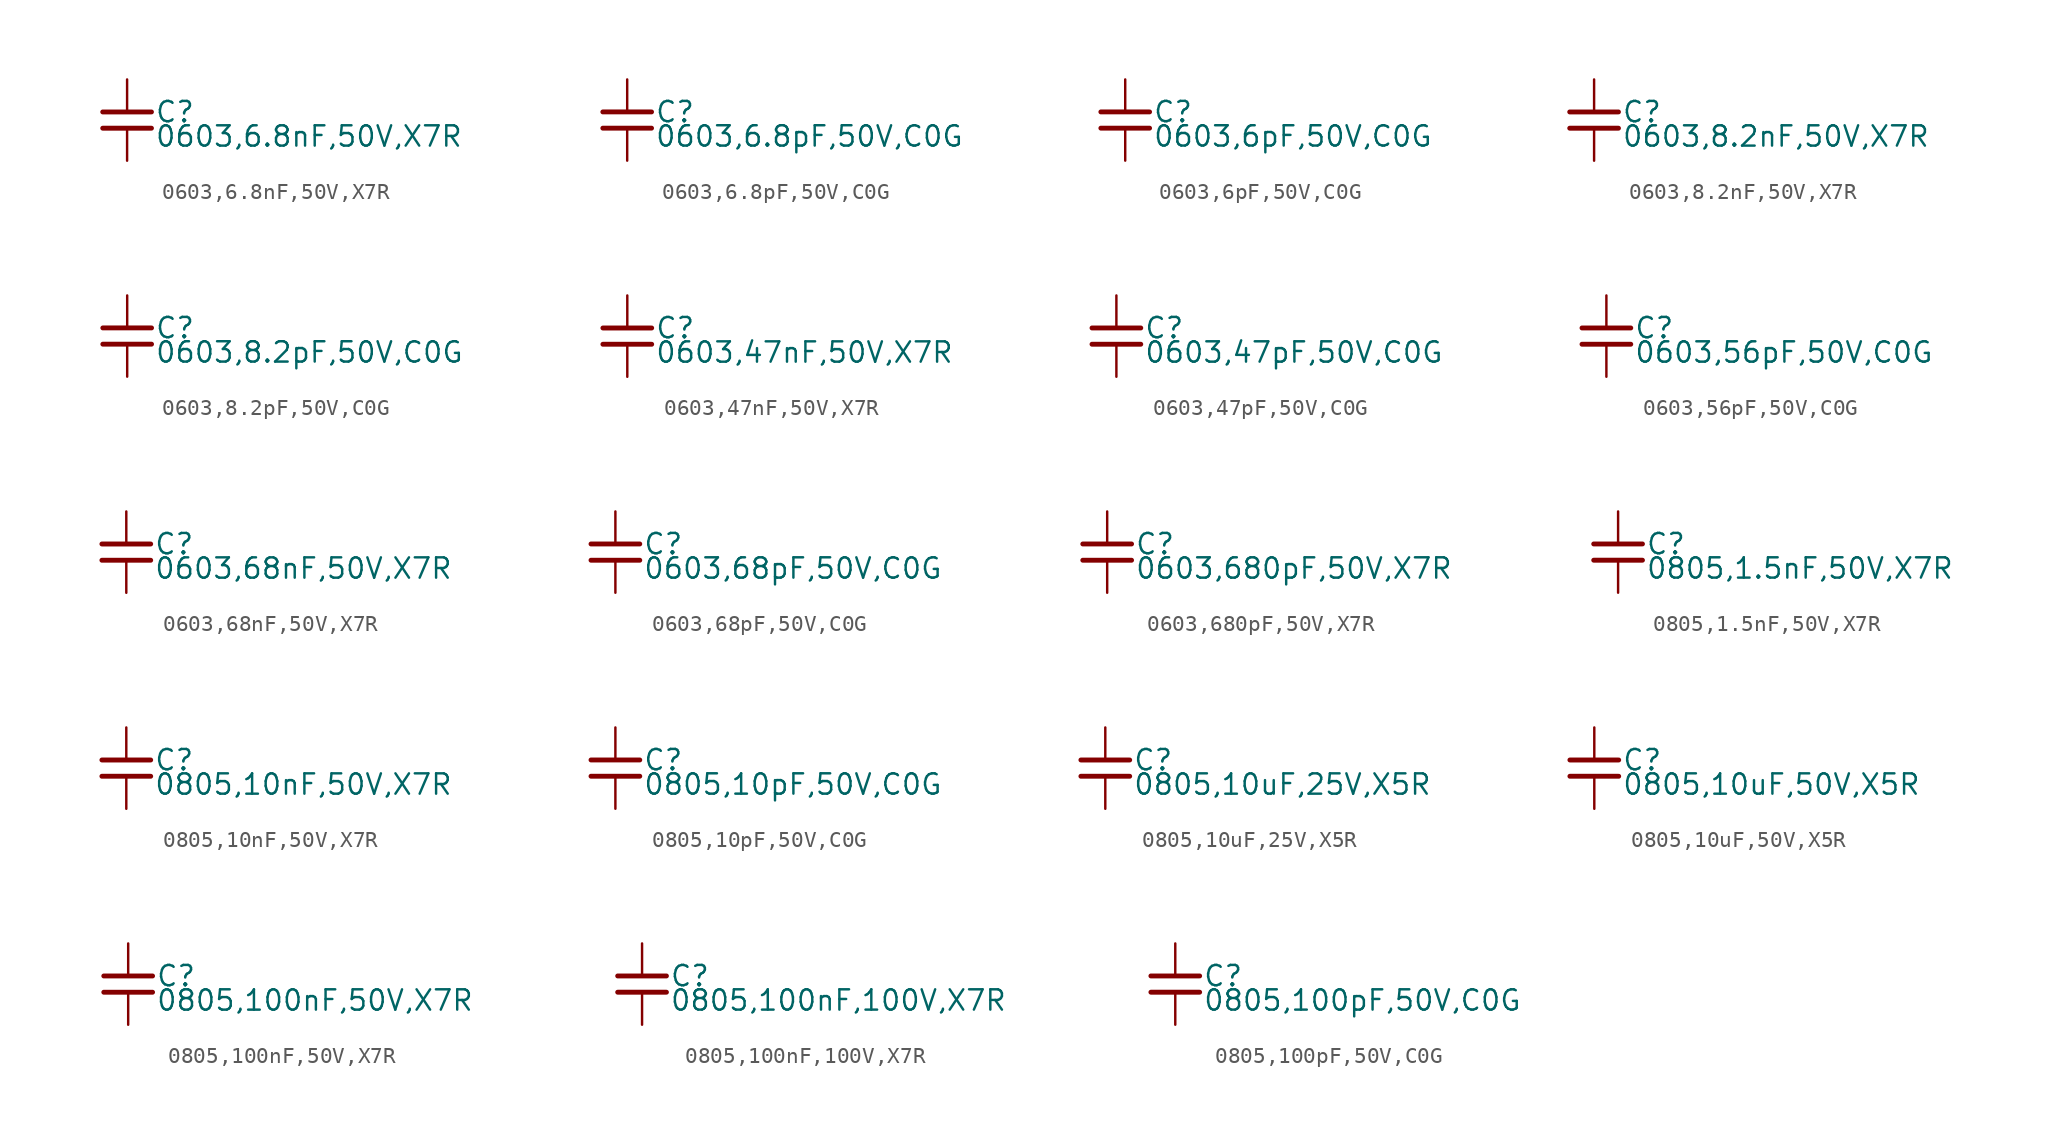
<source format=kicad_sym>
(kicad_symbol_lib
  (version 20231120)
  (generator "kicad_symbol_editor")
  (generator_version "8.0")
  (symbol "0603,6.8nF,50V,X7R "
    (property "Reference" "C"
      (at 1.71 0.508 0)
      (effects (font (size 1.27 1.27)) (justify left)))
    (property "Value" "0603,6.8nF,50V,X7R "
      (at 1.71 -1.016 0)
      (effects (font (size 1.27 1.27)) (justify left)))
    (property "ki_locked" ""
      (at 0 0 0)
      (effects (font (size 1.27 1.27))))
    (symbol "0603,6.8nF,50V,X7R _0_0"
      (polyline (pts (xy -1.524 -0.508) (xy 1.524 -0.508)) (stroke (width 0.305) (type default)) (fill (type none)))
      (polyline (pts (xy -1.524 0.508) (xy 1.524 0.508)) (stroke (width 0.305) (type default)) (fill (type none)))
      (pin passive line (at 0 2.54 270) (length 2.032) (name "~" (effects (font (size 0 0)))) (number "1" (effects (font (size 0 0)))))
      (pin passive line (at 0 -2.54 90) (length 2.032) (name "~" (effects (font (size 0 0)))) (number "2" (effects (font (size 0 0)))))))
  (symbol "0603,6.8pF,50V,C0G "
    (property "Reference" "C"
      (at 1.71 0.508 0)
      (effects (font (size 1.27 1.27)) (justify left)))
    (property "Value" "0603,6.8pF,50V,C0G "
      (at 1.71 -1.016 0)
      (effects (font (size 1.27 1.27)) (justify left)))
    (property "ki_locked" ""
      (at 0 0 0)
      (effects (font (size 1.27 1.27))))
    (symbol "0603,6.8pF,50V,C0G _0_0"
      (polyline (pts (xy -1.524 -0.508) (xy 1.524 -0.508)) (stroke (width 0.305) (type default)) (fill (type none)))
      (polyline (pts (xy -1.524 0.508) (xy 1.524 0.508)) (stroke (width 0.305) (type default)) (fill (type none)))
      (pin passive line (at 0 2.54 270) (length 2.032) (name "~" (effects (font (size 0 0)))) (number "1" (effects (font (size 0 0)))))
      (pin passive line (at 0 -2.54 90) (length 2.032) (name "~" (effects (font (size 0 0)))) (number "2" (effects (font (size 0 0)))))))
  (symbol "0603,6pF,50V,C0G "
    (property "Reference" "C"
      (at 1.71 0.508 0)
      (effects (font (size 1.27 1.27)) (justify left)))
    (property "Value" "0603,6pF,50V,C0G "
      (at 1.71 -1.016 0)
      (effects (font (size 1.27 1.27)) (justify left)))
    (property "ki_locked" ""
      (at 0 0 0)
      (effects (font (size 1.27 1.27))))
    (symbol "0603,6pF,50V,C0G _0_0"
      (polyline (pts (xy -1.524 -0.508) (xy 1.524 -0.508)) (stroke (width 0.305) (type default)) (fill (type none)))
      (polyline (pts (xy -1.524 0.508) (xy 1.524 0.508)) (stroke (width 0.305) (type default)) (fill (type none)))
      (pin passive line (at 0 2.54 270) (length 2.032) (name "~" (effects (font (size 0 0)))) (number "1" (effects (font (size 0 0)))))
      (pin passive line (at 0 -2.54 90) (length 2.032) (name "~" (effects (font (size 0 0)))) (number "2" (effects (font (size 0 0)))))))
  (symbol "0603,8.2nF,50V,X7R "
    (property "Reference" "C"
      (at 1.71 0.508 0)
      (effects (font (size 1.27 1.27)) (justify left)))
    (property "Value" "0603,8.2nF,50V,X7R "
      (at 1.71 -1.016 0)
      (effects (font (size 1.27 1.27)) (justify left)))
    (property "ki_locked" ""
      (at 0 0 0)
      (effects (font (size 1.27 1.27))))
    (symbol "0603,8.2nF,50V,X7R _0_0"
      (polyline (pts (xy -1.524 -0.508) (xy 1.524 -0.508)) (stroke (width 0.305) (type default)) (fill (type none)))
      (polyline (pts (xy -1.524 0.508) (xy 1.524 0.508)) (stroke (width 0.305) (type default)) (fill (type none)))
      (pin passive line (at 0 2.54 270) (length 2.032) (name "~" (effects (font (size 0 0)))) (number "1" (effects (font (size 0 0)))))
      (pin passive line (at 0 -2.54 90) (length 2.032) (name "~" (effects (font (size 0 0)))) (number "2" (effects (font (size 0 0)))))))
  (symbol "0603,8.2pF,50V,C0G "
    (property "Reference" "C"
      (at 1.71 0.508 0)
      (effects (font (size 1.27 1.27)) (justify left)))
    (property "Value" "0603,8.2pF,50V,C0G "
      (at 1.71 -1.016 0)
      (effects (font (size 1.27 1.27)) (justify left)))
    (property "ki_locked" ""
      (at 0 0 0)
      (effects (font (size 1.27 1.27))))
    (symbol "0603,8.2pF,50V,C0G _0_0"
      (polyline (pts (xy -1.524 -0.508) (xy 1.524 -0.508)) (stroke (width 0.305) (type default)) (fill (type none)))
      (polyline (pts (xy -1.524 0.508) (xy 1.524 0.508)) (stroke (width 0.305) (type default)) (fill (type none)))
      (pin passive line (at 0 2.54 270) (length 2.032) (name "~" (effects (font (size 0 0)))) (number "1" (effects (font (size 0 0)))))
      (pin passive line (at 0 -2.54 90) (length 2.032) (name "~" (effects (font (size 0 0)))) (number "2" (effects (font (size 0 0)))))))
  (symbol "0603,47nF,50V,X7R "
    (property "Reference" "C"
      (at 1.71 0.508 0)
      (effects (font (size 1.27 1.27)) (justify left)))
    (property "Value" "0603,47nF,50V,X7R "
      (at 1.71 -1.016 0)
      (effects (font (size 1.27 1.27)) (justify left)))
    (property "ki_locked" ""
      (at 0 0 0)
      (effects (font (size 1.27 1.27))))
    (symbol "0603,47nF,50V,X7R _0_0"
      (polyline (pts (xy -1.524 -0.508) (xy 1.524 -0.508)) (stroke (width 0.305) (type default)) (fill (type none)))
      (polyline (pts (xy -1.524 0.508) (xy 1.524 0.508)) (stroke (width 0.305) (type default)) (fill (type none)))
      (pin passive line (at 0 2.54 270) (length 2.032) (name "~" (effects (font (size 0 0)))) (number "1" (effects (font (size 0 0)))))
      (pin passive line (at 0 -2.54 90) (length 2.032) (name "~" (effects (font (size 0 0)))) (number "2" (effects (font (size 0 0)))))))
  (symbol "0603,47pF,50V,C0G "
    (property "Reference" "C"
      (at 1.71 0.508 0)
      (effects (font (size 1.27 1.27)) (justify left)))
    (property "Value" "0603,47pF,50V,C0G "
      (at 1.71 -1.016 0)
      (effects (font (size 1.27 1.27)) (justify left)))
    (property "ki_locked" ""
      (at 0 0 0)
      (effects (font (size 1.27 1.27))))
    (symbol "0603,47pF,50V,C0G _0_0"
      (polyline (pts (xy -1.524 -0.508) (xy 1.524 -0.508)) (stroke (width 0.305) (type default)) (fill (type none)))
      (polyline (pts (xy -1.524 0.508) (xy 1.524 0.508)) (stroke (width 0.305) (type default)) (fill (type none)))
      (pin passive line (at 0 2.54 270) (length 2.032) (name "~" (effects (font (size 0 0)))) (number "1" (effects (font (size 0 0)))))
      (pin passive line (at 0 -2.54 90) (length 2.032) (name "~" (effects (font (size 0 0)))) (number "2" (effects (font (size 0 0)))))))
  (symbol "0603,56pF,50V,C0G "
    (property "Reference" "C"
      (at 1.71 0.508 0)
      (effects (font (size 1.27 1.27)) (justify left)))
    (property "Value" "0603,56pF,50V,C0G "
      (at 1.71 -1.016 0)
      (effects (font (size 1.27 1.27)) (justify left)))
    (property "ki_locked" ""
      (at 0 0 0)
      (effects (font (size 1.27 1.27))))
    (symbol "0603,56pF,50V,C0G _0_0"
      (polyline (pts (xy -1.524 -0.508) (xy 1.524 -0.508)) (stroke (width 0.305) (type default)) (fill (type none)))
      (polyline (pts (xy -1.524 0.508) (xy 1.524 0.508)) (stroke (width 0.305) (type default)) (fill (type none)))
      (pin passive line (at 0 2.54 270) (length 2.032) (name "~" (effects (font (size 0 0)))) (number "1" (effects (font (size 0 0)))))
      (pin passive line (at 0 -2.54 90) (length 2.032) (name "~" (effects (font (size 0 0)))) (number "2" (effects (font (size 0 0)))))))
  (symbol "0603,68nF,50V,X7R "
    (property "Reference" "C"
      (at 1.71 0.508 0)
      (effects (font (size 1.27 1.27)) (justify left)))
    (property "Value" "0603,68nF,50V,X7R "
      (at 1.71 -1.016 0)
      (effects (font (size 1.27 1.27)) (justify left)))
    (property "ki_locked" ""
      (at 0 0 0)
      (effects (font (size 1.27 1.27))))
    (symbol "0603,68nF,50V,X7R _0_0"
      (polyline (pts (xy -1.524 -0.508) (xy 1.524 -0.508)) (stroke (width 0.305) (type default)) (fill (type none)))
      (polyline (pts (xy -1.524 0.508) (xy 1.524 0.508)) (stroke (width 0.305) (type default)) (fill (type none)))
      (pin passive line (at 0 2.54 270) (length 2.032) (name "~" (effects (font (size 0 0)))) (number "1" (effects (font (size 0 0)))))
      (pin passive line (at 0 -2.54 90) (length 2.032) (name "~" (effects (font (size 0 0)))) (number "2" (effects (font (size 0 0)))))))
  (symbol "0603,68pF,50V,C0G "
    (property "Reference" "C"
      (at 1.71 0.508 0)
      (effects (font (size 1.27 1.27)) (justify left)))
    (property "Value" "0603,68pF,50V,C0G "
      (at 1.71 -1.016 0)
      (effects (font (size 1.27 1.27)) (justify left)))
    (property "ki_locked" ""
      (at 0 0 0)
      (effects (font (size 1.27 1.27))))
    (symbol "0603,68pF,50V,C0G _0_0"
      (polyline (pts (xy -1.524 -0.508) (xy 1.524 -0.508)) (stroke (width 0.305) (type default)) (fill (type none)))
      (polyline (pts (xy -1.524 0.508) (xy 1.524 0.508)) (stroke (width 0.305) (type default)) (fill (type none)))
      (pin passive line (at 0 2.54 270) (length 2.032) (name "~" (effects (font (size 0 0)))) (number "1" (effects (font (size 0 0)))))
      (pin passive line (at 0 -2.54 90) (length 2.032) (name "~" (effects (font (size 0 0)))) (number "2" (effects (font (size 0 0)))))))
  (symbol "0603,680pF,50V,X7R "
    (property "Reference" "C"
      (at 1.71 0.508 0)
      (effects (font (size 1.27 1.27)) (justify left)))
    (property "Value" "0603,680pF,50V,X7R "
      (at 1.71 -1.016 0)
      (effects (font (size 1.27 1.27)) (justify left)))
    (property "ki_locked" ""
      (at 0 0 0)
      (effects (font (size 1.27 1.27))))
    (symbol "0603,680pF,50V,X7R _0_0"
      (polyline (pts (xy -1.524 -0.508) (xy 1.524 -0.508)) (stroke (width 0.305) (type default)) (fill (type none)))
      (polyline (pts (xy -1.524 0.508) (xy 1.524 0.508)) (stroke (width 0.305) (type default)) (fill (type none)))
      (pin passive line (at 0 2.54 270) (length 2.032) (name "~" (effects (font (size 0 0)))) (number "1" (effects (font (size 0 0)))))
      (pin passive line (at 0 -2.54 90) (length 2.032) (name "~" (effects (font (size 0 0)))) (number "2" (effects (font (size 0 0)))))))
  (symbol "0805,1.5nF,50V,X7R "
    (property "Reference" "C"
      (at 1.71 0.508 0)
      (effects (font (size 1.27 1.27)) (justify left)))
    (property "Value" "0805,1.5nF,50V,X7R "
      (at 1.71 -1.016 0)
      (effects (font (size 1.27 1.27)) (justify left)))
    (property "ki_locked" ""
      (at 0 0 0)
      (effects (font (size 1.27 1.27))))
    (symbol "0805,1.5nF,50V,X7R _0_0"
      (polyline (pts (xy -1.524 -0.508) (xy 1.524 -0.508)) (stroke (width 0.305) (type default)) (fill (type none)))
      (polyline (pts (xy -1.524 0.508) (xy 1.524 0.508)) (stroke (width 0.305) (type default)) (fill (type none)))
      (pin passive line (at 0 2.54 270) (length 2.032) (name "~" (effects (font (size 0 0)))) (number "1" (effects (font (size 0 0)))))
      (pin passive line (at 0 -2.54 90) (length 2.032) (name "~" (effects (font (size 0 0)))) (number "2" (effects (font (size 0 0)))))))
  (symbol "0805,10nF,50V,X7R "
    (property "Reference" "C"
      (at 1.71 0.508 0)
      (effects (font (size 1.27 1.27)) (justify left)))
    (property "Value" "0805,10nF,50V,X7R "
      (at 1.71 -1.016 0)
      (effects (font (size 1.27 1.27)) (justify left)))
    (property "ki_locked" ""
      (at 0 0 0)
      (effects (font (size 1.27 1.27))))
    (symbol "0805,10nF,50V,X7R _0_0"
      (polyline (pts (xy -1.524 -0.508) (xy 1.524 -0.508)) (stroke (width 0.305) (type default)) (fill (type none)))
      (polyline (pts (xy -1.524 0.508) (xy 1.524 0.508)) (stroke (width 0.305) (type default)) (fill (type none)))
      (pin passive line (at 0 2.54 270) (length 2.032) (name "~" (effects (font (size 0 0)))) (number "1" (effects (font (size 0 0)))))
      (pin passive line (at 0 -2.54 90) (length 2.032) (name "~" (effects (font (size 0 0)))) (number "2" (effects (font (size 0 0)))))))
  (symbol "0805,10pF,50V,C0G "
    (property "Reference" "C"
      (at 1.71 0.508 0)
      (effects (font (size 1.27 1.27)) (justify left)))
    (property "Value" "0805,10pF,50V,C0G "
      (at 1.71 -1.016 0)
      (effects (font (size 1.27 1.27)) (justify left)))
    (property "ki_locked" ""
      (at 0 0 0)
      (effects (font (size 1.27 1.27))))
    (symbol "0805,10pF,50V,C0G _0_0"
      (polyline (pts (xy -1.524 -0.508) (xy 1.524 -0.508)) (stroke (width 0.305) (type default)) (fill (type none)))
      (polyline (pts (xy -1.524 0.508) (xy 1.524 0.508)) (stroke (width 0.305) (type default)) (fill (type none)))
      (pin passive line (at 0 2.54 270) (length 2.032) (name "~" (effects (font (size 0 0)))) (number "1" (effects (font (size 0 0)))))
      (pin passive line (at 0 -2.54 90) (length 2.032) (name "~" (effects (font (size 0 0)))) (number "2" (effects (font (size 0 0)))))))
  (symbol "0805,10uF,25V,X5R "
    (property "Reference" "C"
      (at 1.71 0.508 0)
      (effects (font (size 1.27 1.27)) (justify left)))
    (property "Value" "0805,10uF,25V,X5R "
      (at 1.71 -1.016 0)
      (effects (font (size 1.27 1.27)) (justify left)))
    (property "ki_locked" ""
      (at 0 0 0)
      (effects (font (size 1.27 1.27))))
    (symbol "0805,10uF,25V,X5R _0_0"
      (polyline (pts (xy -1.524 -0.508) (xy 1.524 -0.508)) (stroke (width 0.305) (type default)) (fill (type none)))
      (polyline (pts (xy -1.524 0.508) (xy 1.524 0.508)) (stroke (width 0.305) (type default)) (fill (type none)))
      (pin passive line (at 0 2.54 270) (length 2.032) (name "~" (effects (font (size 0 0)))) (number "1" (effects (font (size 0 0)))))
      (pin passive line (at 0 -2.54 90) (length 2.032) (name "~" (effects (font (size 0 0)))) (number "2" (effects (font (size 0 0)))))))
  (symbol "0805,10uF,50V,X5R "
    (property "Reference" "C"
      (at 1.71 0.508 0)
      (effects (font (size 1.27 1.27)) (justify left)))
    (property "Value" "0805,10uF,50V,X5R "
      (at 1.71 -1.016 0)
      (effects (font (size 1.27 1.27)) (justify left)))
    (property "ki_locked" ""
      (at 0 0 0)
      (effects (font (size 1.27 1.27))))
    (symbol "0805,10uF,50V,X5R _0_0"
      (polyline (pts (xy -1.524 -0.508) (xy 1.524 -0.508)) (stroke (width 0.305) (type default)) (fill (type none)))
      (polyline (pts (xy -1.524 0.508) (xy 1.524 0.508)) (stroke (width 0.305) (type default)) (fill (type none)))
      (pin passive line (at 0 2.54 270) (length 2.032) (name "~" (effects (font (size 0 0)))) (number "1" (effects (font (size 0 0)))))
      (pin passive line (at 0 -2.54 90) (length 2.032) (name "~" (effects (font (size 0 0)))) (number "2" (effects (font (size 0 0)))))))
  (symbol "0805,100nF,50V,X7R "
    (property "Reference" "C"
      (at 1.71 0.508 0)
      (effects (font (size 1.27 1.27)) (justify left)))
    (property "Value" "0805,100nF,50V,X7R "
      (at 1.71 -1.016 0)
      (effects (font (size 1.27 1.27)) (justify left)))
    (property "ki_locked" ""
      (at 0 0 0)
      (effects (font (size 1.27 1.27))))
    (symbol "0805,100nF,50V,X7R _0_0"
      (polyline (pts (xy -1.524 -0.508) (xy 1.524 -0.508)) (stroke (width 0.305) (type default)) (fill (type none)))
      (polyline (pts (xy -1.524 0.508) (xy 1.524 0.508)) (stroke (width 0.305) (type default)) (fill (type none)))
      (pin passive line (at 0 2.54 270) (length 2.032) (name "~" (effects (font (size 0 0)))) (number "1" (effects (font (size 0 0)))))
      (pin passive line (at 0 -2.54 90) (length 2.032) (name "~" (effects (font (size 0 0)))) (number "2" (effects (font (size 0 0)))))))
  (symbol "0805,100nF,100V,X7R "
    (property "Reference" "C"
      (at 1.71 0.508 0)
      (effects (font (size 1.27 1.27)) (justify left)))
    (property "Value" "0805,100nF,100V,X7R "
      (at 1.71 -1.016 0)
      (effects (font (size 1.27 1.27)) (justify left)))
    (property "ki_locked" ""
      (at 0 0 0)
      (effects (font (size 1.27 1.27))))
    (symbol "0805,100nF,100V,X7R _0_0"
      (polyline (pts (xy -1.524 -0.508) (xy 1.524 -0.508)) (stroke (width 0.305) (type default)) (fill (type none)))
      (polyline (pts (xy -1.524 0.508) (xy 1.524 0.508)) (stroke (width 0.305) (type default)) (fill (type none)))
      (pin passive line (at 0 2.54 270) (length 2.032) (name "~" (effects (font (size 0 0)))) (number "1" (effects (font (size 0 0)))))
      (pin passive line (at 0 -2.54 90) (length 2.032) (name "~" (effects (font (size 0 0)))) (number "2" (effects (font (size 0 0)))))))
  (symbol "0805,100pF,50V,C0G "
    (property "Reference" "C"
      (at 1.71 0.508 0)
      (effects (font (size 1.27 1.27)) (justify left)))
    (property "Value" "0805,100pF,50V,C0G "
      (at 1.71 -1.016 0)
      (effects (font (size 1.27 1.27)) (justify left)))
    (property "ki_locked" ""
      (at 0 0 0)
      (effects (font (size 1.27 1.27))))
    (symbol "0805,100pF,50V,C0G _0_0"
      (polyline (pts (xy -1.524 -0.508) (xy 1.524 -0.508)) (stroke (width 0.305) (type default)) (fill (type none)))
      (polyline (pts (xy -1.524 0.508) (xy 1.524 0.508)) (stroke (width 0.305) (type default)) (fill (type none)))
      (pin passive line (at 0 2.54 270) (length 2.032) (name "~" (effects (font (size 0 0)))) (number "1" (effects (font (size 0 0)))))
      (pin passive line (at 0 -2.54 90) (length 2.032) (name "~" (effects (font (size 0 0)))) (number "2" (effects (font (size 0 0))))))))
</source>
